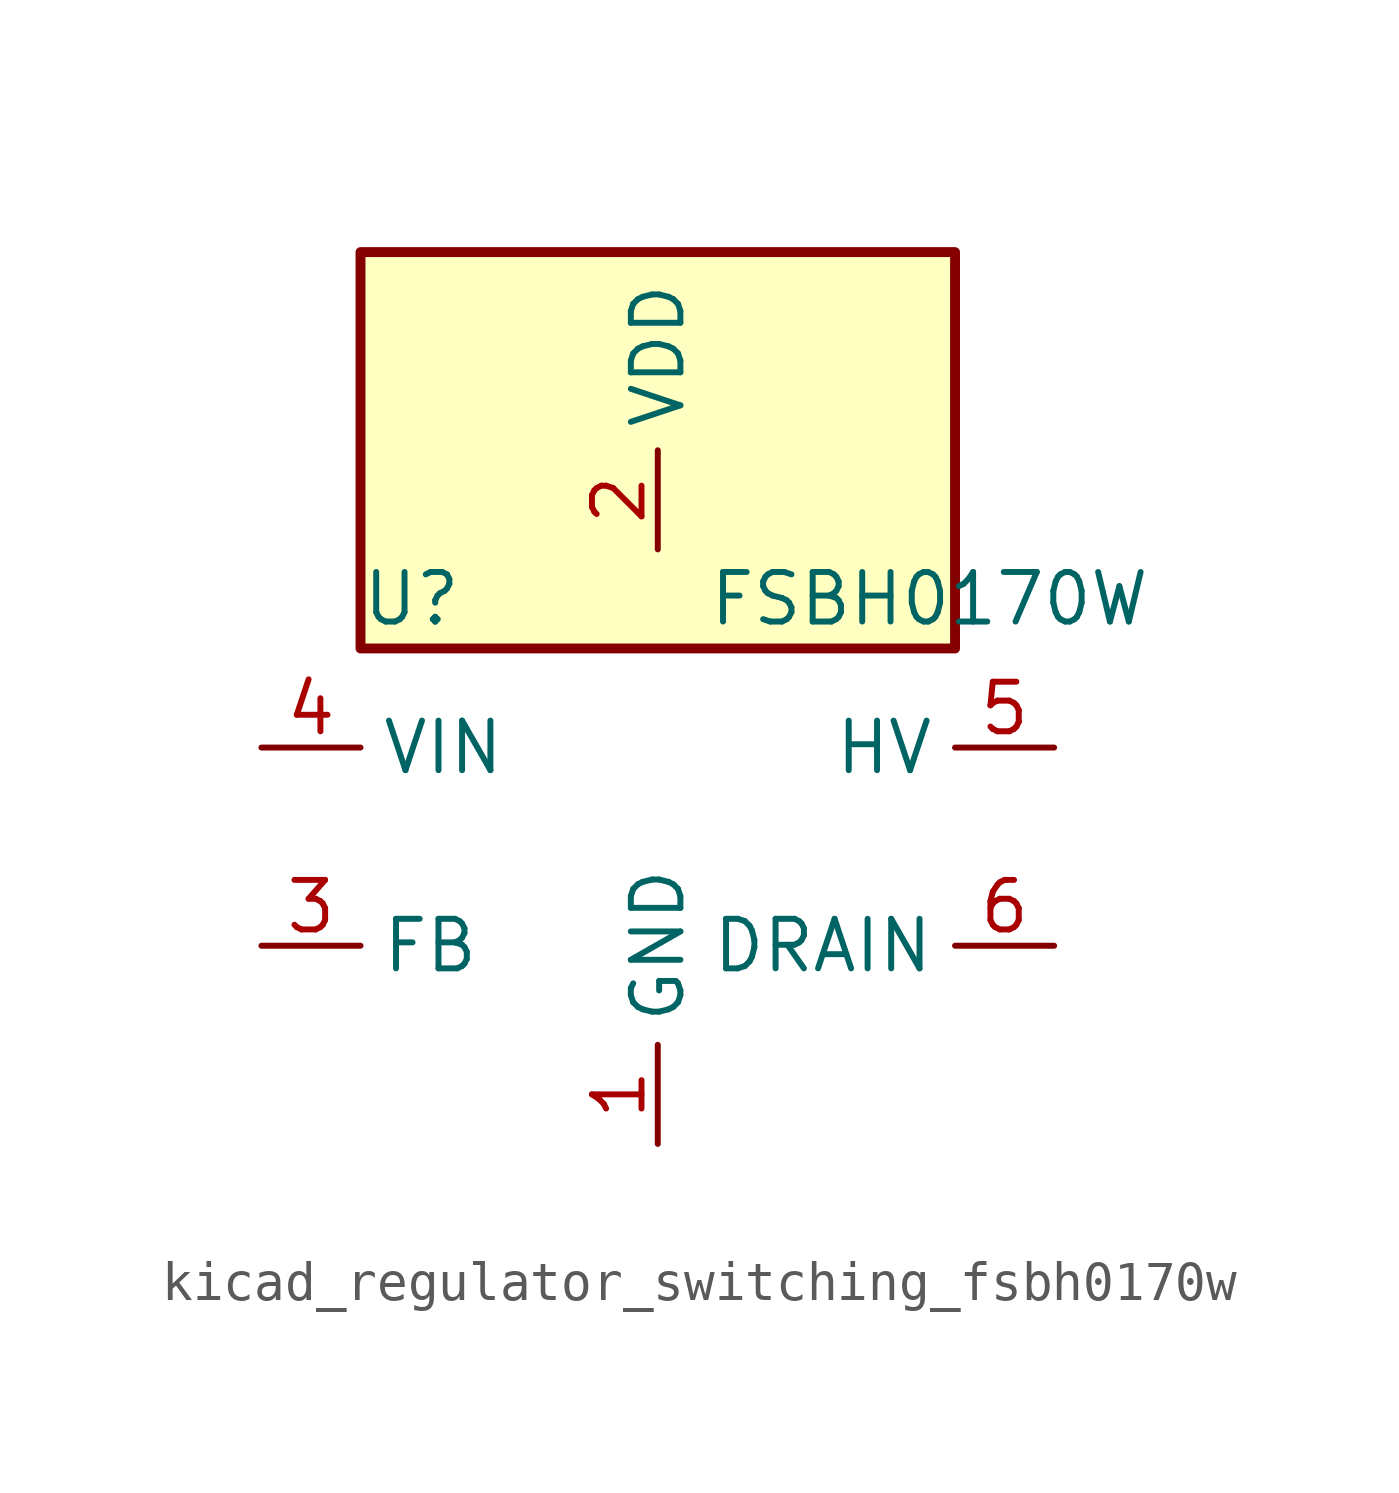
<source format=kicad_sym>
(kicad_symbol_lib
  (version 20220914)
  (generator kicad_symbol_editor)
  (symbol "kicad_regulator_switching_fsbh0170w"
    (property "Reference" "U"
      (at -7.62 6.35 0)
      (effects (font (size 1.27 1.27)) (justify left)))
    (property "Value" "FSBH0170W"
      (at 1.27 6.35 0)
      (effects (font (size 1.27 1.27)) (justify left)))
    (symbol "kicad_regulator_switching_fsbh0170w_0_1"
      (rectangle (start 7.62 15.24) (end -7.62 5.08) (stroke (width 0.254) (type default)) (fill (type background))))
    (symbol "kicad_regulator_switching_fsbh0170w_1_1"
      (pin power_in line (at 0 -7.62 90) (length 2.54) (name "GND" (effects (font (size 1.27 1.27)))) (number "1" (effects (font (size 1.27 1.27)))))
      (pin power_in line (at 0 7.62 90) (length 2.54) (name "VDD" (effects (font (size 1.27 1.27)))) (number "2" (effects (font (size 1.27 1.27)))))
      (pin input line (at -10.16 -2.54 0) (length 2.54) (name "FB" (effects (font (size 1.27 1.27)))) (number "3" (effects (font (size 1.27 1.27)))))
      (pin input line (at -10.16 2.54 0) (length 2.54) (name "VIN" (effects (font (size 1.27 1.27)))) (number "4" (effects (font (size 1.27 1.27)))))
      (pin input line (at 10.16 2.54 180) (length 2.54) (name "HV" (effects (font (size 1.27 1.27)))) (number "5" (effects (font (size 1.27 1.27)))))
      (pin open_collector line (at 10.16 -2.54 180) (length 2.54) (name "DRAIN" (effects (font (size 1.27 1.27)))) (number "6" (effects (font (size 1.27 1.27)))))
      (pin open_collector line (at 10.16 -2.54 180) (length 2.54) hide (name "DRAIN" (effects (font (size 1.27 1.27)))) (number "7" (effects (font (size 1.27 1.27)))))
      (pin open_collector line (at 10.16 -2.54 180) (length 2.54) hide (name "DRAIN" (effects (font (size 1.27 1.27)))) (number "8" (effects (font (size 1.27 1.27))))))))
</source>
